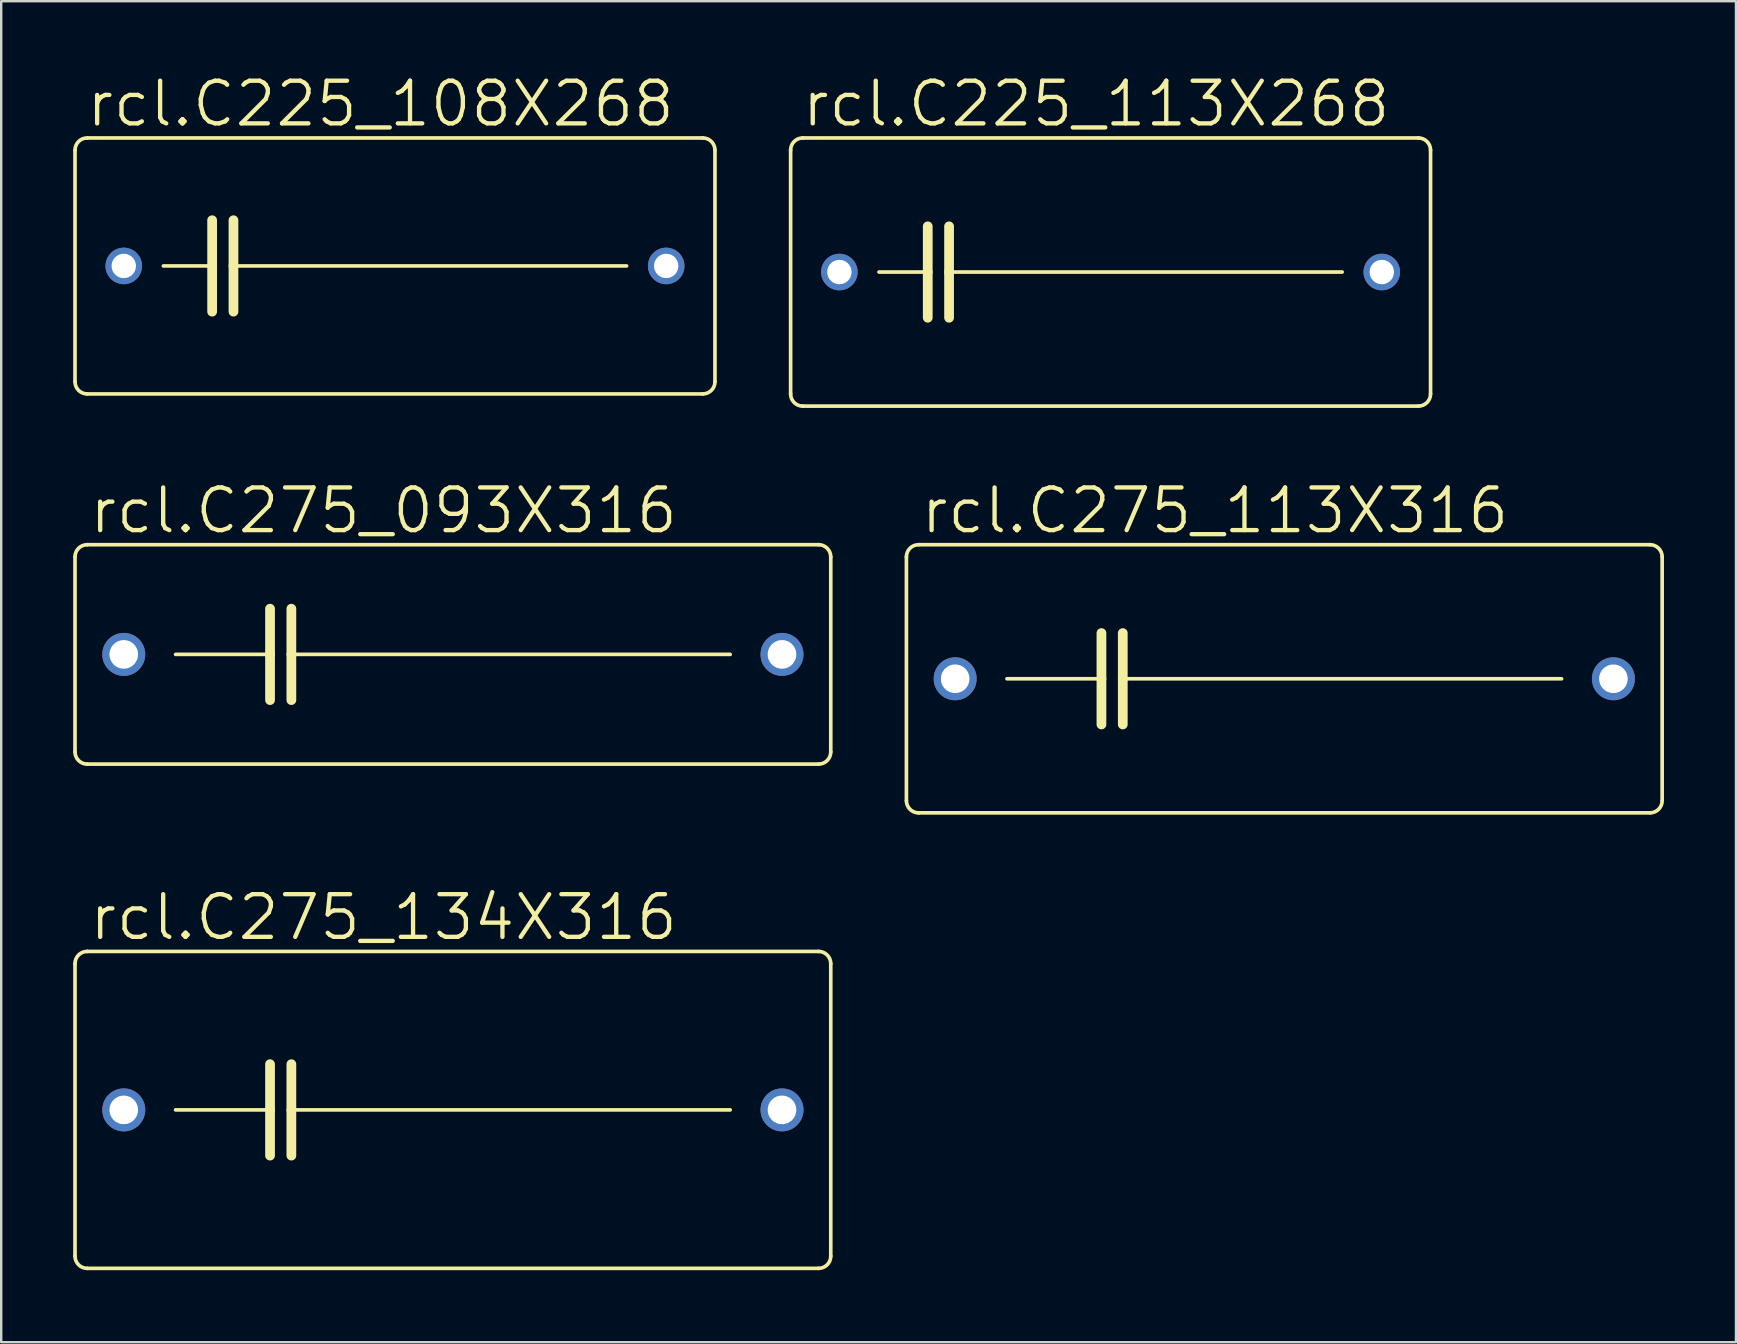
<source format=kicad_pcb>
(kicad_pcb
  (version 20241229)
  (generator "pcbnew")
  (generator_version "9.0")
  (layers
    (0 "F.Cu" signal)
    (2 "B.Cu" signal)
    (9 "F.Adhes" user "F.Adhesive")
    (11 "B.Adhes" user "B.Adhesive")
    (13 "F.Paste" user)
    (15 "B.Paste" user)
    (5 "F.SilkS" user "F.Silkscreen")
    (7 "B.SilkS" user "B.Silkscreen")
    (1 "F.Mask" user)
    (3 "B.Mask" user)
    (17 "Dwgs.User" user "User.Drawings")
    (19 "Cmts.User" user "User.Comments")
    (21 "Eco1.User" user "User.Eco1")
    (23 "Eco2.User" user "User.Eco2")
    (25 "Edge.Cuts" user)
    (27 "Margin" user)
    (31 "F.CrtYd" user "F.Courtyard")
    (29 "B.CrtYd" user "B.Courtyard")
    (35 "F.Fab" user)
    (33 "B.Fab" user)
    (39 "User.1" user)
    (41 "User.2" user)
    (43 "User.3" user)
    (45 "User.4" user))
  (footprint "rcl.C275_134X316"
    (layer "F.Cu")
    (at 15.824 43.205)
    (property "Reference" "rcl.C275_134X316" (at -15.24 -6.985 0) (layer "F.SilkS") (effects (font (size 1.778 1.778) (thickness 0.18)) (justify left bottom)))
    (attr through_hole)
    (fp_line (start -15.748 6.096) (end -15.748 -6.096) (stroke (width 0.152) (type default)) (layer "F.SilkS"))
    (fp_line (start -15.24 -6.604) (end 15.24 -6.604) (stroke (width 0.152) (type default)) (layer "F.SilkS"))
    (fp_line (start -11.557 0) (end -7.62 0) (stroke (width 0.152) (type default)) (layer "F.SilkS"))
    (fp_line (start -7.62 -1.905) (end -7.62 0) (stroke (width 0.406) (type default)) (layer "F.SilkS"))
    (fp_line (start -7.62 0) (end -7.62 1.905) (stroke (width 0.406) (type default)) (layer "F.SilkS"))
    (fp_line (start -6.731 -1.905) (end -6.731 0) (stroke (width 0.406) (type default)) (layer "F.SilkS"))
    (fp_line (start -6.731 0) (end -6.731 1.905) (stroke (width 0.406) (type default)) (layer "F.SilkS"))
    (fp_line (start -6.731 0) (end 11.557 0) (stroke (width 0.152) (type default)) (layer "F.SilkS"))
    (fp_line (start 15.24 6.604) (end -15.24 6.604) (stroke (width 0.152) (type default)) (layer "F.SilkS"))
    (fp_line (start 15.748 -6.096) (end 15.748 6.096) (stroke (width 0.152) (type default)) (layer "F.SilkS"))
    (fp_arc (start -15.748 -6.096) (mid -15.59921 -6.45521) (end -15.24 -6.604) (stroke (width 0.1524) (type default)) (layer "F.SilkS"))
    (fp_arc (start -15.24 6.604) (mid -15.59921 6.45521) (end -15.748 6.096) (stroke (width 0.1524) (type default)) (layer "F.SilkS"))
    (fp_arc (start 15.24 -6.604) (mid 15.59921 -6.45521) (end 15.748 -6.096) (stroke (width 0.1524) (type default)) (layer "F.SilkS"))
    (fp_arc (start 15.748 6.096) (mid 15.59921 6.45521) (end 15.24 6.604) (stroke (width 0.1524) (type default)) (layer "F.SilkS"))
    (pad "1" thru_hole circle (at -13.716 0) (size 1.791 1.791) (drill 1.194) (layers "*.Cu" "*.Mask"))
    (pad "2" thru_hole circle (at 13.716 0) (size 1.791 1.791) (drill 1.194) (layers "*.Cu" "*.Mask")))
  (footprint "rcl.C225_108X268"
    (layer "F.Cu")
    (at 13.411 8.033)
    (property "Reference" "rcl.C225_108X268" (at -12.954 -5.715 0) (layer "F.SilkS") (effects (font (size 1.778 1.778) (thickness 0.18)) (justify left bottom)))
    (attr through_hole)
    (fp_line (start -13.335 4.826) (end -13.335 -4.826) (stroke (width 0.152) (type default)) (layer "F.SilkS"))
    (fp_line (start -12.827 -5.334) (end 12.827 -5.334) (stroke (width 0.152) (type default)) (layer "F.SilkS"))
    (fp_line (start -9.652 0) (end -7.62 0) (stroke (width 0.152) (type default)) (layer "F.SilkS"))
    (fp_line (start -7.62 -1.905) (end -7.62 0) (stroke (width 0.406) (type default)) (layer "F.SilkS"))
    (fp_line (start -7.62 0) (end -7.62 1.905) (stroke (width 0.406) (type default)) (layer "F.SilkS"))
    (fp_line (start -6.731 -1.905) (end -6.731 0) (stroke (width 0.406) (type default)) (layer "F.SilkS"))
    (fp_line (start -6.731 0) (end -6.731 1.905) (stroke (width 0.406) (type default)) (layer "F.SilkS"))
    (fp_line (start -6.731 0) (end 9.652 0) (stroke (width 0.152) (type default)) (layer "F.SilkS"))
    (fp_line (start 12.827 5.334) (end -12.827 5.334) (stroke (width 0.152) (type default)) (layer "F.SilkS"))
    (fp_line (start 13.335 -4.826) (end 13.335 4.826) (stroke (width 0.152) (type default)) (layer "F.SilkS"))
    (fp_arc (start -13.335 -4.826) (mid -13.18621 -5.18521) (end -12.827 -5.334) (stroke (width 0.1524) (type default)) (layer "F.SilkS"))
    (fp_arc (start -12.827 5.334) (mid -13.18621 5.18521) (end -13.335 4.826) (stroke (width 0.1524) (type default)) (layer "F.SilkS"))
    (fp_arc (start 12.827 -5.334) (mid 13.18621 -5.18521) (end 13.335 -4.826) (stroke (width 0.1524) (type default)) (layer "F.SilkS"))
    (fp_arc (start 13.335 4.826) (mid 13.18621 5.18521) (end 12.827 5.334) (stroke (width 0.1524) (type default)) (layer "F.SilkS"))
    (pad "1" thru_hole circle (at -11.303 0) (size 1.524 1.524) (drill 1.016) (layers "*.Cu" "*.Mask"))
    (pad "2" thru_hole circle (at 11.303 0) (size 1.524 1.524) (drill 1.016) (layers "*.Cu" "*.Mask")))
  (footprint "rcl.C275_113X316"
    (layer "F.Cu")
    (at 50.473 25.238)
    (property "Reference" "rcl.C275_113X316" (at -15.24 -5.969 0) (layer "F.SilkS") (effects (font (size 1.778 1.778) (thickness 0.18)) (justify left bottom)))
    (attr through_hole)
    (fp_line (start -15.748 5.08) (end -15.748 -5.08) (stroke (width 0.152) (type default)) (layer "F.SilkS"))
    (fp_line (start -15.24 -5.588) (end 15.24 -5.588) (stroke (width 0.152) (type default)) (layer "F.SilkS"))
    (fp_line (start -11.557 0) (end -7.62 0) (stroke (width 0.152) (type default)) (layer "F.SilkS"))
    (fp_line (start -7.62 -1.905) (end -7.62 0) (stroke (width 0.406) (type default)) (layer "F.SilkS"))
    (fp_line (start -7.62 0) (end -7.62 1.905) (stroke (width 0.406) (type default)) (layer "F.SilkS"))
    (fp_line (start -6.731 -1.905) (end -6.731 0) (stroke (width 0.406) (type default)) (layer "F.SilkS"))
    (fp_line (start -6.731 0) (end -6.731 1.905) (stroke (width 0.406) (type default)) (layer "F.SilkS"))
    (fp_line (start -6.731 0) (end 11.557 0) (stroke (width 0.152) (type default)) (layer "F.SilkS"))
    (fp_line (start 15.24 5.588) (end -15.24 5.588) (stroke (width 0.152) (type default)) (layer "F.SilkS"))
    (fp_line (start 15.748 -5.08) (end 15.748 5.08) (stroke (width 0.152) (type default)) (layer "F.SilkS"))
    (fp_arc (start -15.748 -5.08) (mid -15.59921 -5.43921) (end -15.24 -5.588) (stroke (width 0.1524) (type default)) (layer "F.SilkS"))
    (fp_arc (start -15.24 5.588) (mid -15.59921 5.43921) (end -15.748 5.08) (stroke (width 0.1524) (type default)) (layer "F.SilkS"))
    (fp_arc (start 15.24 -5.588) (mid 15.59921 -5.43921) (end 15.748 -5.08) (stroke (width 0.1524) (type default)) (layer "F.SilkS"))
    (fp_arc (start 15.748 5.08) (mid 15.59921 5.43921) (end 15.24 5.588) (stroke (width 0.1524) (type default)) (layer "F.SilkS"))
    (pad "1" thru_hole circle (at -13.716 0) (size 1.791 1.791) (drill 1.194) (layers "*.Cu" "*.Mask"))
    (pad "2" thru_hole circle (at 13.716 0) (size 1.791 1.791) (drill 1.194) (layers "*.Cu" "*.Mask")))
  (footprint "rcl.C275_093X316"
    (layer "F.Cu")
    (at 15.824 24.222)
    (property "Reference" "rcl.C275_093X316" (at -15.24 -4.953 0) (layer "F.SilkS") (effects (font (size 1.778 1.778) (thickness 0.18)) (justify left bottom)))
    (attr through_hole)
    (fp_line (start -15.748 4.064) (end -15.748 -4.064) (stroke (width 0.152) (type default)) (layer "F.SilkS"))
    (fp_line (start -15.24 -4.572) (end 15.24 -4.572) (stroke (width 0.152) (type default)) (layer "F.SilkS"))
    (fp_line (start -11.557 0) (end -7.62 0) (stroke (width 0.152) (type default)) (layer "F.SilkS"))
    (fp_line (start -7.62 -1.905) (end -7.62 0) (stroke (width 0.406) (type default)) (layer "F.SilkS"))
    (fp_line (start -7.62 0) (end -7.62 1.905) (stroke (width 0.406) (type default)) (layer "F.SilkS"))
    (fp_line (start -6.731 -1.905) (end -6.731 0) (stroke (width 0.406) (type default)) (layer "F.SilkS"))
    (fp_line (start -6.731 0) (end -6.731 1.905) (stroke (width 0.406) (type default)) (layer "F.SilkS"))
    (fp_line (start -6.731 0) (end 11.557 0) (stroke (width 0.152) (type default)) (layer "F.SilkS"))
    (fp_line (start 15.24 4.572) (end -15.24 4.572) (stroke (width 0.152) (type default)) (layer "F.SilkS"))
    (fp_line (start 15.748 -4.064) (end 15.748 4.064) (stroke (width 0.152) (type default)) (layer "F.SilkS"))
    (fp_arc (start -15.748 -4.064) (mid -15.59921 -4.42321) (end -15.24 -4.572) (stroke (width 0.1524) (type default)) (layer "F.SilkS"))
    (fp_arc (start -15.24 4.572) (mid -15.59921 4.42321) (end -15.748 4.064) (stroke (width 0.1524) (type default)) (layer "F.SilkS"))
    (fp_arc (start 15.24 -4.572) (mid 15.59921 -4.42321) (end 15.748 -4.064) (stroke (width 0.1524) (type default)) (layer "F.SilkS"))
    (fp_arc (start 15.748 4.064) (mid 15.59921 4.42321) (end 15.24 4.572) (stroke (width 0.1524) (type default)) (layer "F.SilkS"))
    (pad "1" thru_hole circle (at -13.716 0) (size 1.791 1.791) (drill 1.194) (layers "*.Cu" "*.Mask"))
    (pad "2" thru_hole circle (at 13.716 0) (size 1.791 1.791) (drill 1.194) (layers "*.Cu" "*.Mask")))
  (footprint "rcl.C225_113X268"
    (layer "F.Cu")
    (at 43.234 8.287)
    (property "Reference" "rcl.C225_113X268" (at -12.954 -5.969 0) (layer "F.SilkS") (effects (font (size 1.778 1.778) (thickness 0.18)) (justify left bottom)))
    (attr through_hole)
    (fp_line (start -13.335 5.08) (end -13.335 -5.08) (stroke (width 0.152) (type default)) (layer "F.SilkS"))
    (fp_line (start -12.827 -5.588) (end 12.827 -5.588) (stroke (width 0.152) (type default)) (layer "F.SilkS"))
    (fp_line (start -9.652 0) (end -7.62 0) (stroke (width 0.152) (type default)) (layer "F.SilkS"))
    (fp_line (start -7.62 -1.905) (end -7.62 0) (stroke (width 0.406) (type default)) (layer "F.SilkS"))
    (fp_line (start -7.62 0) (end -7.62 1.905) (stroke (width 0.406) (type default)) (layer "F.SilkS"))
    (fp_line (start -6.731 -1.905) (end -6.731 0) (stroke (width 0.406) (type default)) (layer "F.SilkS"))
    (fp_line (start -6.731 0) (end -6.731 1.905) (stroke (width 0.406) (type default)) (layer "F.SilkS"))
    (fp_line (start -6.731 0) (end 9.652 0) (stroke (width 0.152) (type default)) (layer "F.SilkS"))
    (fp_line (start 12.827 5.588) (end -12.827 5.588) (stroke (width 0.152) (type default)) (layer "F.SilkS"))
    (fp_line (start 13.335 -5.08) (end 13.335 5.08) (stroke (width 0.152) (type default)) (layer "F.SilkS"))
    (fp_arc (start -13.335 -5.08) (mid -13.18621 -5.43921) (end -12.827 -5.588) (stroke (width 0.1524) (type default)) (layer "F.SilkS"))
    (fp_arc (start -12.827 5.588) (mid -13.18621 5.43921) (end -13.335 5.08) (stroke (width 0.1524) (type default)) (layer "F.SilkS"))
    (fp_arc (start 12.827 -5.588) (mid 13.18621 -5.43921) (end 13.335 -5.08) (stroke (width 0.1524) (type default)) (layer "F.SilkS"))
    (fp_arc (start 13.335 5.08) (mid 13.18621 5.43921) (end 12.827 5.588) (stroke (width 0.1524) (type default)) (layer "F.SilkS"))
    (pad "1" thru_hole circle (at -11.303 0) (size 1.524 1.524) (drill 1.016) (layers "*.Cu" "*.Mask"))
    (pad "2" thru_hole circle (at 11.303 0) (size 1.524 1.524) (drill 1.016) (layers "*.Cu" "*.Mask")))
  (gr_rect
    (start -3 -3)
    (end 69.297 52.886)
    (stroke (width 0.1) (type default))
    (fill no)
    (layer "Edge.Cuts")))
</source>
